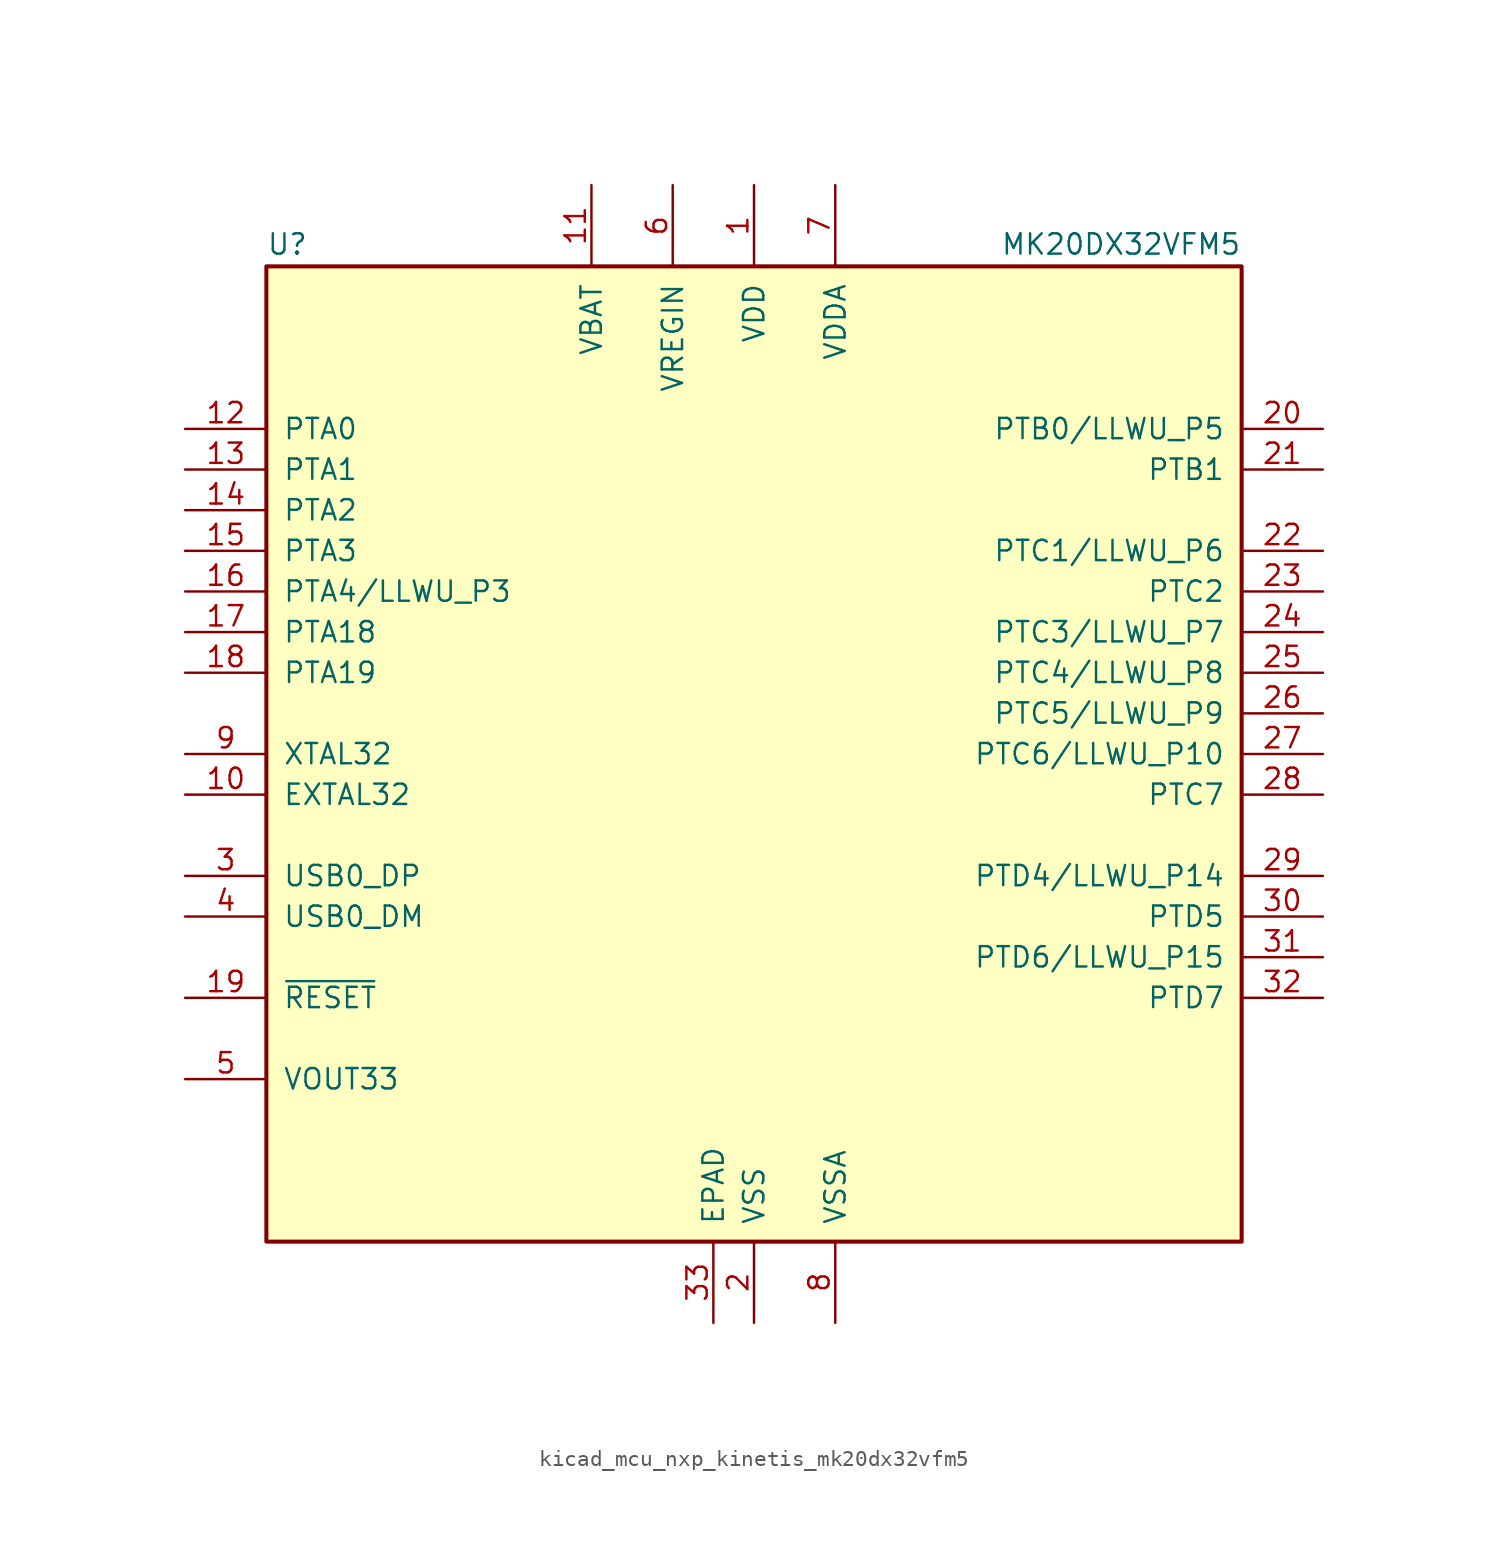
<source format=kicad_sym>
(kicad_symbol_lib
  (version 20220914)
  (generator kicad_symbol_editor)
  (symbol "kicad_mcu_nxp_kinetis_mk20dx32vfm5"
    (pin_names
      (offset 1.016))
    (property "Reference" "U"
      (at -30.48 31.115 0)
      (effects (font (size 1.27 1.27)) (justify left bottom)))
    (property "Value" "MK20DX32VFM5"
      (at 30.48 31.115 0)
      (effects (font (size 1.27 1.27)) (justify right bottom)))
    (symbol "kicad_mcu_nxp_kinetis_mk20dx32vfm5_0_1"
      (rectangle (start -30.48 30.48) (end 30.48 -30.48) (stroke (width 0.254) (type default)) (fill (type background)))
      (pin power_in line (at 0 35.56 270) (length 5.08) (name "VDD" (effects (font (size 1.27 1.27)))) (number "1" (effects (font (size 1.27 1.27)))))
      (pin input line (at -35.56 -2.54 0) (length 5.08) (name "EXTAL32" (effects (font (size 1.27 1.27)))) (number "10" (effects (font (size 1.27 1.27)))))
      (pin power_in line (at -10.16 35.56 270) (length 5.08) (name "VBAT" (effects (font (size 1.27 1.27)))) (number "11" (effects (font (size 1.27 1.27)))))
      (pin bidirectional line (at -35.56 20.32 0) (length 5.08) (name "PTA0" (effects (font (size 1.27 1.27)))) (number "12" (effects (font (size 1.27 1.27)))))
      (pin bidirectional line (at -35.56 17.78 0) (length 5.08) (name "PTA1" (effects (font (size 1.27 1.27)))) (number "13" (effects (font (size 1.27 1.27)))))
      (pin bidirectional line (at -35.56 15.24 0) (length 5.08) (name "PTA2" (effects (font (size 1.27 1.27)))) (number "14" (effects (font (size 1.27 1.27)))))
      (pin bidirectional line (at -35.56 12.7 0) (length 5.08) (name "PTA3" (effects (font (size 1.27 1.27)))) (number "15" (effects (font (size 1.27 1.27)))))
      (pin bidirectional line (at -35.56 10.16 0) (length 5.08) (name "PTA4/LLWU_P3" (effects (font (size 1.27 1.27)))) (number "16" (effects (font (size 1.27 1.27)))))
      (pin bidirectional line (at -35.56 7.62 0) (length 5.08) (name "PTA18" (effects (font (size 1.27 1.27)))) (number "17" (effects (font (size 1.27 1.27)))))
      (pin bidirectional line (at -35.56 5.08 0) (length 5.08) (name "PTA19" (effects (font (size 1.27 1.27)))) (number "18" (effects (font (size 1.27 1.27)))))
      (pin input line (at -35.56 -15.24 0) (length 5.08) (name "~{RESET}" (effects (font (size 1.27 1.27)))) (number "19" (effects (font (size 1.27 1.27)))))
      (pin power_in line (at 0 -35.56 90) (length 5.08) (name "VSS" (effects (font (size 1.27 1.27)))) (number "2" (effects (font (size 1.27 1.27)))))
      (pin bidirectional line (at 35.56 20.32 180) (length 5.08) (name "PTB0/LLWU_P5" (effects (font (size 1.27 1.27)))) (number "20" (effects (font (size 1.27 1.27)))))
      (pin bidirectional line (at 35.56 17.78 180) (length 5.08) (name "PTB1" (effects (font (size 1.27 1.27)))) (number "21" (effects (font (size 1.27 1.27)))))
      (pin bidirectional line (at 35.56 12.7 180) (length 5.08) (name "PTC1/LLWU_P6" (effects (font (size 1.27 1.27)))) (number "22" (effects (font (size 1.27 1.27)))))
      (pin bidirectional line (at 35.56 10.16 180) (length 5.08) (name "PTC2" (effects (font (size 1.27 1.27)))) (number "23" (effects (font (size 1.27 1.27)))))
      (pin bidirectional line (at 35.56 7.62 180) (length 5.08) (name "PTC3/LLWU_P7" (effects (font (size 1.27 1.27)))) (number "24" (effects (font (size 1.27 1.27)))))
      (pin bidirectional line (at 35.56 5.08 180) (length 5.08) (name "PTC4/LLWU_P8" (effects (font (size 1.27 1.27)))) (number "25" (effects (font (size 1.27 1.27)))))
      (pin bidirectional line (at 35.56 2.54 180) (length 5.08) (name "PTC5/LLWU_P9" (effects (font (size 1.27 1.27)))) (number "26" (effects (font (size 1.27 1.27)))))
      (pin bidirectional line (at 35.56 0 180) (length 5.08) (name "PTC6/LLWU_P10" (effects (font (size 1.27 1.27)))) (number "27" (effects (font (size 1.27 1.27)))))
      (pin bidirectional line (at 35.56 -2.54 180) (length 5.08) (name "PTC7" (effects (font (size 1.27 1.27)))) (number "28" (effects (font (size 1.27 1.27)))))
      (pin bidirectional line (at 35.56 -7.62 180) (length 5.08) (name "PTD4/LLWU_P14" (effects (font (size 1.27 1.27)))) (number "29" (effects (font (size 1.27 1.27)))))
      (pin bidirectional line (at -35.56 -7.62 0) (length 5.08) (name "USB0_DP" (effects (font (size 1.27 1.27)))) (number "3" (effects (font (size 1.27 1.27)))))
      (pin bidirectional line (at 35.56 -10.16 180) (length 5.08) (name "PTD5" (effects (font (size 1.27 1.27)))) (number "30" (effects (font (size 1.27 1.27)))))
      (pin bidirectional line (at 35.56 -12.7 180) (length 5.08) (name "PTD6/LLWU_P15" (effects (font (size 1.27 1.27)))) (number "31" (effects (font (size 1.27 1.27)))))
      (pin bidirectional line (at 35.56 -15.24 180) (length 5.08) (name "PTD7" (effects (font (size 1.27 1.27)))) (number "32" (effects (font (size 1.27 1.27)))))
      (pin power_out line (at -35.56 -20.32 0) (length 5.08) (name "VOUT33" (effects (font (size 1.27 1.27)))) (number "5" (effects (font (size 1.27 1.27)))))
      (pin power_in line (at -5.08 35.56 270) (length 5.08) (name "VREGIN" (effects (font (size 1.27 1.27)))) (number "6" (effects (font (size 1.27 1.27)))))
      (pin power_in line (at 5.08 35.56 270) (length 5.08) (name "VDDA" (effects (font (size 1.27 1.27)))) (number "7" (effects (font (size 1.27 1.27)))))
      (pin power_in line (at 5.08 -35.56 90) (length 5.08) (name "VSSA" (effects (font (size 1.27 1.27)))) (number "8" (effects (font (size 1.27 1.27)))))
      (pin input line (at -35.56 0 0) (length 5.08) (name "XTAL32" (effects (font (size 1.27 1.27)))) (number "9" (effects (font (size 1.27 1.27))))))
    (symbol "kicad_mcu_nxp_kinetis_mk20dx32vfm5_1_1"
      (pin power_in line (at -2.54 -35.56 90) (length 5.08) (name "EPAD" (effects (font (size 1.27 1.27)))) (number "33" (effects (font (size 1.27 1.27)))))
      (pin bidirectional line (at -35.56 -10.16 0) (length 5.08) (name "USB0_DM" (effects (font (size 1.27 1.27)))) (number "4" (effects (font (size 1.27 1.27))))))))
</source>
